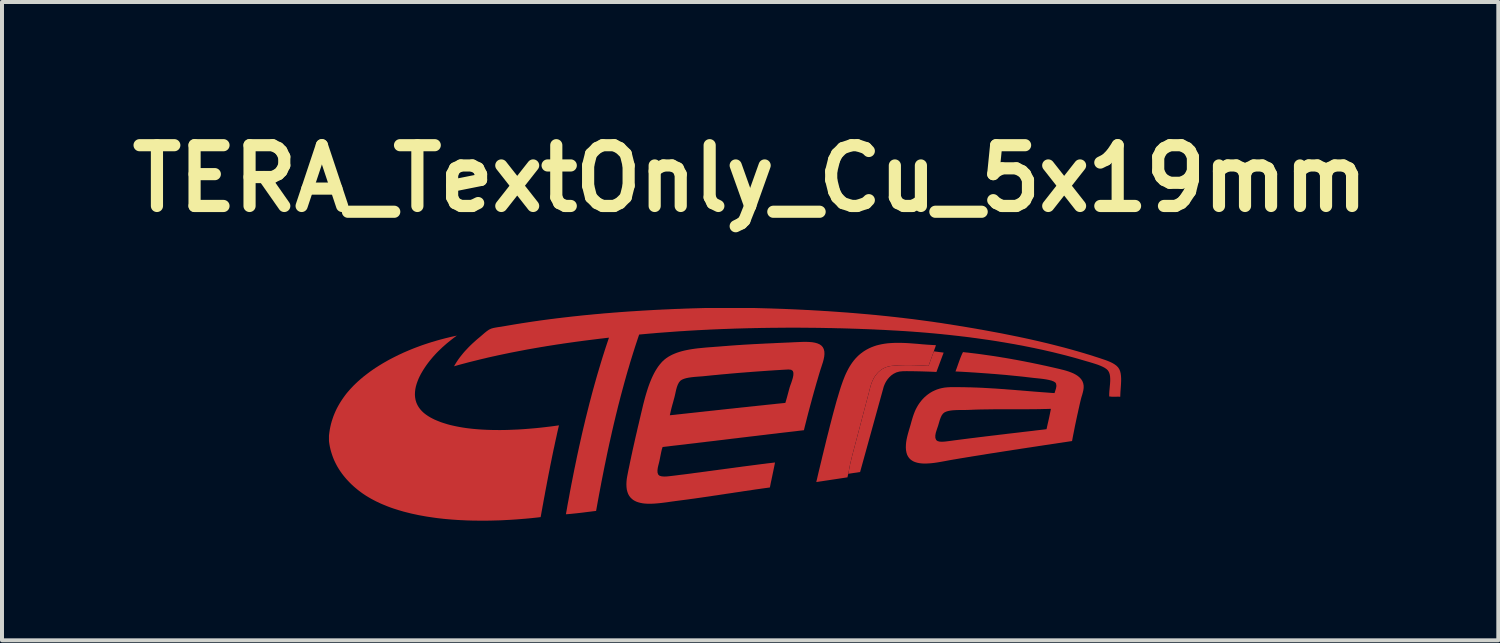
<source format=kicad_pcb>
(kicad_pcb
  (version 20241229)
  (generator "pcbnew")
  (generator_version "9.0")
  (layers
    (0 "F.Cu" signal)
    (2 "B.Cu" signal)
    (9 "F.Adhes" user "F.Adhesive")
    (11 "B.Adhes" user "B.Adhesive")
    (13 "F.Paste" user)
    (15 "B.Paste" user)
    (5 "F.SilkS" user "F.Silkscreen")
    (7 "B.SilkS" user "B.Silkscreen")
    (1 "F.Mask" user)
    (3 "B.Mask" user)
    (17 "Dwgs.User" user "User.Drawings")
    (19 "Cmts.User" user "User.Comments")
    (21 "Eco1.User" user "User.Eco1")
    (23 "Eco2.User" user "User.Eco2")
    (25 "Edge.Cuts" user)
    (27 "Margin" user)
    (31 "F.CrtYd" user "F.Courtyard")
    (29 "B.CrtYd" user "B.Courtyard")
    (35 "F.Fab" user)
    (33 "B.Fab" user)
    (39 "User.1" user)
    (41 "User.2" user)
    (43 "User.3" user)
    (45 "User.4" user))
  (footprint "TERA_TextOnly_Cu_5x19mm"
    (layer "F.Cu")
    (at 15.763 7.298)
    (property "Reference" "TERA_TextOnly_Cu_5x19mm" (at 0 -5.872 0) (layer "F.SilkS") (effects (font (size 1.524 1.524) (thickness 0.305))))
    (attr smd)
    (fp_poly (pts (xy 2.506 1.296) (xy 2.556 1.088) (xy 2.981 -0.518) (xy 2.986 -0.541) (xy 3.001 -0.598) (xy 3.022 -0.676) (xy 3.03 -0.7) (xy 3.041 -0.733) (xy 3.056 -0.772) (xy 3.076 -0.817) (xy 3.1 -0.865) (xy 3.131 -0.915) (xy 3.168 -0.964) (xy 3.211 -1.013) (xy 3.262 -1.058) (xy 3.321 -1.098) (xy 3.388 -1.132) (xy 3.463 -1.157) (xy 3.549 -1.173) (xy 3.634 -1.18) (xy 3.722 -1.186) (xy 3.812 -1.189) (xy 3.902 -1.191) (xy 3.991 -1.191) (xy 4.076 -1.19) (xy 4.157 -1.188) (xy 4.232 -1.186) (xy 4.299 -1.183) (xy 4.358 -1.18) (xy 4.406 -1.177) (xy 4.442 -1.175) (xy 4.465 -1.173) (xy 4.473 -1.172) (xy 4.606 -1.537) (xy 4.852 -1.505) (xy 4.671 -1.02) (xy 4.662 -1.02) (xy 4.635 -1.022) (xy 4.593 -1.024) (xy 4.537 -1.026) (xy 4.47 -1.029) (xy 4.393 -1.031) (xy 4.308 -1.034) (xy 4.217 -1.036) (xy 4.122 -1.038) (xy 4.025 -1.039) (xy 3.928 -1.04) (xy 3.832 -1.039) (xy 3.743 -1.03) (xy 3.665 -1.008) (xy 3.598 -0.975) (xy 3.539 -0.934) (xy 3.49 -0.888) (xy 3.448 -0.839) (xy 3.415 -0.791) (xy 3.389 -0.745) (xy 3.37 -0.704) (xy 3.357 -0.672) (xy 3.349 -0.651) (xy 3.347 -0.643) (xy 2.757 1.489) (xy 2.46 1.534) (xy 2.506 1.296) (xy 2.506 1.296)) (stroke (width 0) (type solid)) (fill yes) (layer "F.Cu"))
    (fp_poly (pts (xy 2.44 1.623) (xy 1.658 1.741) (xy 1.659 1.737) (xy 1.662 1.725) (xy 1.666 1.705) (xy 1.673 1.678) (xy 1.681 1.644) (xy 1.69 1.603) (xy 1.701 1.557) (xy 1.713 1.505) (xy 1.727 1.447) (xy 1.742 1.385) (xy 1.758 1.318) (xy 1.775 1.248) (xy 1.793 1.174) (xy 1.811 1.096) (xy 1.831 1.016) (xy 1.851 0.933) (xy 1.872 0.849) (xy 1.893 0.762) (xy 1.914 0.675) (xy 1.936 0.587) (xy 1.959 0.498) (xy 1.981 0.41) (xy 2.003 0.321) (xy 2.026 0.234) (xy 2.048 0.148) (xy 2.07 0.063) (xy 2.092 -0.019) (xy 2.114 -0.099) (xy 2.135 -0.176) (xy 2.155 -0.25) (xy 2.175 -0.32) (xy 2.195 -0.386) (xy 2.216 -0.457) (xy 2.237 -0.526) (xy 2.258 -0.595) (xy 2.28 -0.663) (xy 2.303 -0.729) (xy 2.326 -0.794) (xy 2.351 -0.858) (xy 2.376 -0.921) (xy 2.403 -0.982) (xy 2.432 -1.041) (xy 2.462 -1.099) (xy 2.494 -1.155) (xy 2.528 -1.209) (xy 2.564 -1.261) (xy 2.602 -1.311) (xy 2.642 -1.358) (xy 2.684 -1.402) (xy 2.728 -1.444) (xy 2.775 -1.483) (xy 2.824 -1.52) (xy 2.875 -1.554) (xy 2.928 -1.585) (xy 2.984 -1.614) (xy 3.042 -1.64) (xy 3.102 -1.663) (xy 3.165 -1.684) (xy 3.231 -1.701) (xy 3.299 -1.716) (xy 3.37 -1.728) (xy 3.444 -1.738) (xy 3.52 -1.744) (xy 3.59 -1.748) (xy 3.66 -1.75) (xy 3.728 -1.75) (xy 3.797 -1.749) (xy 3.864 -1.747) (xy 3.931 -1.744) (xy 3.998 -1.74) (xy 4.064 -1.735) (xy 4.13 -1.73) (xy 4.196 -1.725) (xy 4.262 -1.719) (xy 4.328 -1.713) (xy 4.393 -1.708) (xy 4.459 -1.703) (xy 4.525 -1.699) (xy 4.592 -1.695) (xy 4.658 -1.692) (xy 4.642 -1.64) (xy 4.623 -1.59) (xy 4.606 -1.537) (xy 4.473 -1.172) (xy 4.465 -1.173) (xy 4.442 -1.175) (xy 4.406 -1.177) (xy 4.358 -1.18) (xy 4.299 -1.183) (xy 4.232 -1.186) (xy 4.157 -1.188) (xy 4.076 -1.19) (xy 3.991 -1.191) (xy 3.902 -1.191) (xy 3.812 -1.189) (xy 3.722 -1.186) (xy 3.634 -1.18) (xy 3.549 -1.173) (xy 3.463 -1.157) (xy 3.388 -1.132) (xy 3.321 -1.098) (xy 3.262 -1.058) (xy 3.211 -1.013) (xy 3.168 -0.964) (xy 3.131 -0.915) (xy 3.1 -0.865) (xy 3.076 -0.817) (xy 3.056 -0.772) (xy 3.041 -0.733) (xy 3.03 -0.7) (xy 3.022 -0.676) (xy 3.001 -0.598) (xy 2.986 -0.541) (xy 2.981 -0.518) (xy 2.556 1.088) (xy 2.506 1.296) (xy 2.46 1.534) (xy 2.447 1.589) (xy 2.44 1.623) (xy 2.44 1.623)) (stroke (width 0) (type solid)) (fill yes) (layer "F.Cu"))
    (fp_poly (pts (xy -4.795 0.319) (xy -4.811 0.385) (xy -4.826 0.451) (xy -4.841 0.517) (xy -4.855 0.583) (xy -4.87 0.65) (xy -4.885 0.716) (xy -4.899 0.783) (xy -4.913 0.85) (xy -4.928 0.917) (xy -4.942 0.984) (xy -4.956 1.052) (xy -4.97 1.119) (xy -4.983 1.186) (xy -4.997 1.254) (xy -5.011 1.321) (xy -5.024 1.389) (xy -5.037 1.457) (xy -5.051 1.525) (xy -5.064 1.593) (xy -5.077 1.661) (xy -5.09 1.729) (xy -5.103 1.797) (xy -5.116 1.866) (xy -5.129 1.934) (xy -5.142 2.002) (xy -5.154 2.071) (xy -5.167 2.139) (xy -5.18 2.208) (xy -5.192 2.277) (xy -5.205 2.345) (xy -5.217 2.414) (xy -5.23 2.483) (xy -5.242 2.552) (xy -5.255 2.62) (xy -5.328 2.629) (xy -5.402 2.637) (xy -5.476 2.645) (xy -5.55 2.652) (xy -5.625 2.659) (xy -5.699 2.665) (xy -5.774 2.671) (xy -5.849 2.677) (xy -5.923 2.682) (xy -5.998 2.687) (xy -6.073 2.691) (xy -6.148 2.695) (xy -6.223 2.699) (xy -6.298 2.702) (xy -6.373 2.704) (xy -6.447 2.706) (xy -6.522 2.708) (xy -6.597 2.709) (xy -6.671 2.71) (xy -6.746 2.71) (xy -6.82 2.709) (xy -6.894 2.708) (xy -6.968 2.707) (xy -7.041 2.705) (xy -7.115 2.703) (xy -7.188 2.699) (xy -7.26 2.696) (xy -7.333 2.692) (xy -7.405 2.687) (xy -7.477 2.682) (xy -7.549 2.676) (xy -7.62 2.67) (xy -7.691 2.663) (xy -7.761 2.655) (xy -7.831 2.647) (xy -7.9 2.638) (xy -7.969 2.628) (xy -8.038 2.618) (xy -8.106 2.608) (xy -8.173 2.596) (xy -8.24 2.584) (xy -8.307 2.572) (xy -8.372 2.558) (xy -8.438 2.544) (xy -8.502 2.53) (xy -8.566 2.514) (xy -8.629 2.498) (xy -8.692 2.482) (xy -8.754 2.464) (xy -8.815 2.446) (xy -8.875 2.427) (xy -8.935 2.408) (xy -8.994 2.388) (xy -9.052 2.367) (xy -9.109 2.345) (xy -9.165 2.322) (xy -9.221 2.299) (xy -9.276 2.275) (xy -9.329 2.25) (xy -9.382 2.225) (xy -9.434 2.198) (xy -9.485 2.171) (xy -9.535 2.143) (xy -9.584 2.114) (xy -9.632 2.085) (xy -9.679 2.054) (xy -9.725 2.023) (xy -9.769 1.991) (xy -9.813 1.958) (xy -9.856 1.924) (xy -9.897 1.89) (xy -9.944 1.849) (xy -9.99 1.807) (xy -10.035 1.763) (xy -10.078 1.718) (xy -10.121 1.672) (xy -10.162 1.624) (xy -10.202 1.575) (xy -10.241 1.524) (xy -10.278 1.472) (xy -10.313 1.418) (xy -10.347 1.363) (xy -10.378 1.306) (xy -10.408 1.247) (xy -10.436 1.187) (xy -10.461 1.125) (xy -10.484 1.061) (xy -10.505 0.995) (xy -10.524 0.928) (xy -10.54 0.858) (xy -10.553 0.787) (xy -10.563 0.713) (xy -10.563 0.577) (xy -10.554 0.502) (xy -10.543 0.429) (xy -10.529 0.357) (xy -10.513 0.287) (xy -10.494 0.218) (xy -10.472 0.151) (xy -10.449 0.085) (xy -10.423 0.021) (xy -10.396 -0.042) (xy -10.366 -0.104) (xy -10.334 -0.164) (xy -10.301 -0.222) (xy -10.266 -0.279) (xy -10.229 -0.335) (xy -10.191 -0.39) (xy -10.152 -0.443) (xy -10.111 -0.495) (xy -10.068 -0.545) (xy -10.025 -0.594) (xy -9.98 -0.642) (xy -9.935 -0.689) (xy -9.888 -0.734) (xy -9.841 -0.778) (xy -9.793 -0.821) (xy -9.744 -0.863) (xy -9.695 -0.904) (xy -9.645 -0.943) (xy -9.595 -0.981) (xy -9.545 -1.019) (xy -9.494 -1.055) (xy -9.444 -1.09) (xy -9.393 -1.124) (xy -9.338 -1.159) (xy -9.283 -1.194) (xy -9.227 -1.228) (xy -9.17 -1.261) (xy -9.113 -1.294) (xy -9.055 -1.326) (xy -8.996 -1.357) (xy -8.936 -1.388) (xy -8.876 -1.418) (xy -8.816 -1.448) (xy -8.754 -1.476) (xy -8.693 -1.505) (xy -8.63 -1.532) (xy -8.567 -1.559) (xy -8.504 -1.585) (xy -8.44 -1.611) (xy -8.375 -1.636) (xy -8.31 -1.66) (xy -8.245 -1.684) (xy -8.179 -1.707) (xy -8.112 -1.729) (xy -8.045 -1.751) (xy -7.978 -1.772) (xy -7.91 -1.792) (xy -7.842 -1.812) (xy -7.774 -1.831) (xy -7.705 -1.849) (xy -7.636 -1.867) (xy -7.566 -1.884) (xy -7.497 -1.901) (xy -7.427 -1.916) (xy -7.356 -1.932) (xy -7.409 -1.893) (xy -7.462 -1.853) (xy -7.514 -1.812) (xy -7.566 -1.77) (xy -7.617 -1.728) (xy -7.667 -1.684) (xy -7.717 -1.64) (xy -7.765 -1.594) (xy -7.813 -1.548) (xy -7.86 -1.501) (xy -7.906 -1.452) (xy -7.951 -1.402) (xy -7.994 -1.351) (xy -8.037 -1.299) (xy -8.078 -1.246) (xy -8.118 -1.192) (xy -8.156 -1.136) (xy -8.193 -1.079) (xy -8.229 -1.02) (xy -8.259 -0.967) (xy -8.288 -0.911) (xy -8.316 -0.851) (xy -8.341 -0.789) (xy -8.364 -0.724) (xy -8.383 -0.658) (xy -8.397 -0.59) (xy -8.405 -0.521) (xy -8.408 -0.452) (xy -8.403 -0.384) (xy -8.391 -0.315) (xy -8.371 -0.251) (xy -8.345 -0.191) (xy -8.312 -0.136) (xy -8.274 -0.084) (xy -8.232 -0.037) (xy -8.185 0.007) (xy -8.134 0.047) (xy -8.08 0.085) (xy -8.023 0.119) (xy -7.964 0.15) (xy -7.914 0.175) (xy -7.862 0.197) (xy -7.808 0.219) (xy -7.754 0.24) (xy -7.697 0.259) (xy -7.639 0.277) (xy -7.58 0.295) (xy -7.52 0.311) (xy -7.459 0.325) (xy -7.396 0.339) (xy -7.332 0.352) (xy -7.267 0.364) (xy -7.201 0.375) (xy -7.135 0.385) (xy -7.067 0.394) (xy -6.999 0.402) (xy -6.929 0.409) (xy -6.86 0.415) (xy -6.789 0.421) (xy -6.718 0.425) (xy -6.646 0.429) (xy -6.574 0.432) (xy -6.502 0.434) (xy -6.429 0.436) (xy -6.356 0.436) (xy -6.283 0.437) (xy -6.209 0.436) (xy -6.136 0.435) (xy -6.062 0.433) (xy -5.989 0.43) (xy -5.915 0.427) (xy -5.842 0.424) (xy -5.768 0.42) (xy -5.695 0.415) (xy -5.623 0.41) (xy -5.55 0.404) (xy -5.479 0.398) (xy -5.407 0.392) (xy -5.336 0.385) (xy -5.266 0.378) (xy -5.196 0.37) (xy -5.127 0.362) (xy -5.059 0.354) (xy -4.992 0.346) (xy -4.925 0.337) (xy -4.86 0.328) (xy -4.795 0.319)) (stroke (width 0) (type solid)) (fill yes) (layer "F.Cu"))
    (fp_poly (pts (xy 8.363 -0.677) (xy 7.432 0.415) (xy 7.446 0.352) (xy 7.46 0.289) (xy 7.475 0.225) (xy 7.489 0.162) (xy 7.503 0.098) (xy 7.516 0.034) (xy 7.529 -0.03) (xy 7.542 -0.095) (xy 7.476 -0.093) (xy 7.409 -0.091) (xy 7.341 -0.09) (xy 7.273 -0.088) (xy 7.204 -0.087) (xy 7.135 -0.086) (xy 7.065 -0.086) (xy 6.995 -0.085) (xy 6.925 -0.085) (xy 6.854 -0.085) (xy 6.783 -0.085) (xy 6.711 -0.085) (xy 6.64 -0.085) (xy 6.568 -0.085) (xy 6.496 -0.085) (xy 6.424 -0.085) (xy 6.352 -0.085) (xy 6.279 -0.084) (xy 6.207 -0.084) (xy 6.135 -0.084) (xy 6.064 -0.083) (xy 5.992 -0.082) (xy 5.92 -0.081) (xy 5.849 -0.08) (xy 5.778 -0.079) (xy 5.708 -0.077) (xy 5.638 -0.075) (xy 5.568 -0.072) (xy 5.499 -0.069) (xy 5.429 -0.067) (xy 5.358 -0.066) (xy 5.288 -0.066) (xy 5.218 -0.065) (xy 5.151 -0.063) (xy 5.086 -0.059) (xy 5.025 -0.052) (xy 4.968 -0.041) (xy 4.917 -0.026) (xy 4.872 -0.005) (xy 4.834 0.027) (xy 4.802 0.072) (xy 4.776 0.128) (xy 4.754 0.189) (xy 4.735 0.254) (xy 4.716 0.319) (xy 4.698 0.373) (xy 4.676 0.437) (xy 4.655 0.506) (xy 4.643 0.573) (xy 4.644 0.635) (xy 4.665 0.687) (xy 4.699 0.713) (xy 4.749 0.727) (xy 4.808 0.73) (xy 4.872 0.727) (xy 4.933 0.72) (xy 4.988 0.713) (xy 5.059 0.704) (xy 5.129 0.694) (xy 5.2 0.685) (xy 5.27 0.676) (xy 5.34 0.667) (xy 5.411 0.658) (xy 5.481 0.649) (xy 5.551 0.64) (xy 5.621 0.632) (xy 5.691 0.623) (xy 5.761 0.614) (xy 5.831 0.606) (xy 5.901 0.597) (xy 5.971 0.589) (xy 6.041 0.58) (xy 6.111 0.572) (xy 6.18 0.564) (xy 6.25 0.555) (xy 6.32 0.547) (xy 6.389 0.539) (xy 6.459 0.53) (xy 6.529 0.522) (xy 6.598 0.514) (xy 6.668 0.506) (xy 6.737 0.498) (xy 6.807 0.489) (xy 6.876 0.481) (xy 6.946 0.473) (xy 7.015 0.465) (xy 7.085 0.457) (xy 7.154 0.448) (xy 7.224 0.44) (xy 7.293 0.432) (xy 7.363 0.424) (xy 7.432 0.415) (xy 7.432 0.415) (xy 8.363 -0.677) (xy 8.363 -0.619) (xy 8.355 -0.56) (xy 8.341 -0.501) (xy 8.325 -0.443) (xy 8.307 -0.385) (xy 8.292 -0.328) (xy 8.277 -0.265) (xy 8.262 -0.201) (xy 8.248 -0.137) (xy 8.233 -0.072) (xy 8.219 -0.006) (xy 8.204 0.059) (xy 8.19 0.125) (xy 8.176 0.191) (xy 8.162 0.257) (xy 8.148 0.323) (xy 8.135 0.389) (xy 8.122 0.455) (xy 8.109 0.52) (xy 8.096 0.585) (xy 8.084 0.649) (xy 8.072 0.713) (xy 8.002 0.723) (xy 7.932 0.734) (xy 7.863 0.744) (xy 7.793 0.755) (xy 7.723 0.765) (xy 7.654 0.776) (xy 7.584 0.786) (xy 7.515 0.797) (xy 7.446 0.807) (xy 7.376 0.817) (xy 7.307 0.828) (xy 7.238 0.838) (xy 7.169 0.849) (xy 7.1 0.859) (xy 7.031 0.87) (xy 6.961 0.88) (xy 6.892 0.891) (xy 6.823 0.901) (xy 6.754 0.912) (xy 6.685 0.923) (xy 6.616 0.933) (xy 6.547 0.944) (xy 6.478 0.955) (xy 6.409 0.965) (xy 6.34 0.976) (xy 6.271 0.987) (xy 6.201 0.998) (xy 6.132 1.009) (xy 6.063 1.019) (xy 5.993 1.03) (xy 5.924 1.041) (xy 5.855 1.053) (xy 5.785 1.064) (xy 5.715 1.075) (xy 5.646 1.086) (xy 5.576 1.097) (xy 5.506 1.109) (xy 5.436 1.12) (xy 5.366 1.132) (xy 5.296 1.143) (xy 5.226 1.155) (xy 5.155 1.167) (xy 5.085 1.179) (xy 5.032 1.188) (xy 4.977 1.198) (xy 4.919 1.209) (xy 4.859 1.22) (xy 4.798 1.231) (xy 4.736 1.242) (xy 4.673 1.252) (xy 4.61 1.261) (xy 4.548 1.268) (xy 4.485 1.273) (xy 4.424 1.276) (xy 4.364 1.277) (xy 4.306 1.274) (xy 4.251 1.268) (xy 4.198 1.258) (xy 4.148 1.244) (xy 4.101 1.226) (xy 4.059 1.202) (xy 4.02 1.174) (xy 3.987 1.14) (xy 3.958 1.099) (xy 3.935 1.053) (xy 3.919 1) (xy 3.908 0.939) (xy 3.904 0.873) (xy 3.906 0.806) (xy 3.912 0.739) (xy 3.923 0.673) (xy 3.937 0.608) (xy 3.953 0.544) (xy 3.97 0.482) (xy 3.988 0.421) (xy 4.005 0.364) (xy 4.025 0.296) (xy 4.043 0.229) (xy 4.062 0.165) (xy 4.081 0.102) (xy 4.102 0.041) (xy 4.125 -0.019) (xy 4.15 -0.077) (xy 4.18 -0.134) (xy 4.212 -0.189) (xy 4.247 -0.241) (xy 4.285 -0.291) (xy 4.325 -0.338) (xy 4.368 -0.382) (xy 4.414 -0.423) (xy 4.462 -0.461) (xy 4.513 -0.496) (xy 4.567 -0.528) (xy 4.624 -0.555) (xy 4.683 -0.58) (xy 4.745 -0.6) (xy 4.81 -0.616) (xy 4.877 -0.628) (xy 4.947 -0.635) (xy 5.02 -0.639) (xy 5.094 -0.639) (xy 5.168 -0.639) (xy 5.242 -0.639) (xy 5.315 -0.638) (xy 5.387 -0.637) (xy 5.46 -0.635) (xy 5.531 -0.634) (xy 5.603 -0.631) (xy 5.674 -0.629) (xy 5.744 -0.626) (xy 5.815 -0.623) (xy 5.884 -0.619) (xy 5.954 -0.615) (xy 6.023 -0.611) (xy 6.092 -0.607) (xy 6.161 -0.603) (xy 6.23 -0.598) (xy 6.298 -0.593) (xy 6.366 -0.589) (xy 6.434 -0.583) (xy 6.501 -0.578) (xy 6.569 -0.573) (xy 6.636 -0.568) (xy 6.703 -0.562) (xy 6.77 -0.557) (xy 6.837 -0.551) (xy 6.903 -0.546) (xy 6.97 -0.54) (xy 7.036 -0.535) (xy 7.103 -0.529) (xy 7.169 -0.524) (xy 7.235 -0.519) (xy 7.301 -0.514) (xy 7.368 -0.509) (xy 7.434 -0.504) (xy 7.5 -0.499) (xy 7.566 -0.494) (xy 7.633 -0.49) (xy 7.65 -0.544) (xy 7.669 -0.605) (xy 7.68 -0.668) (xy 7.671 -0.729) (xy 7.65 -0.758) (xy 7.61 -0.782) (xy 7.557 -0.803) (xy 7.494 -0.819) (xy 7.424 -0.833) (xy 7.351 -0.844) (xy 7.279 -0.853) (xy 7.211 -0.86) (xy 7.151 -0.866) (xy 7.102 -0.871) (xy 7.035 -0.879) (xy 6.967 -0.887) (xy 6.898 -0.895) (xy 6.829 -0.903) (xy 6.76 -0.91) (xy 6.691 -0.917) (xy 6.621 -0.924) (xy 6.551 -0.931) (xy 6.481 -0.938) (xy 6.411 -0.945) (xy 6.34 -0.951) (xy 6.27 -0.957) (xy 6.199 -0.963) (xy 6.128 -0.969) (xy 6.057 -0.974) (xy 5.987 -0.98) (xy 5.916 -0.985) (xy 5.845 -0.99) (xy 5.775 -0.995) (xy 5.704 -1) (xy 5.634 -1.005) (xy 5.564 -1.009) (xy 5.494 -1.014) (xy 5.424 -1.018) (xy 5.355 -1.022) (xy 5.286 -1.026) (xy 5.218 -1.029) (xy 5.149 -1.033) (xy 5.172 -1.094) (xy 5.195 -1.158) (xy 5.218 -1.224) (xy 5.242 -1.29) (xy 5.265 -1.354) (xy 5.289 -1.414) (xy 5.313 -1.47) (xy 5.337 -1.518) (xy 5.407 -1.51) (xy 5.478 -1.503) (xy 5.548 -1.494) (xy 5.618 -1.486) (xy 5.689 -1.477) (xy 5.759 -1.468) (xy 5.829 -1.458) (xy 5.899 -1.448) (xy 5.97 -1.438) (xy 6.04 -1.428) (xy 6.11 -1.418) (xy 6.18 -1.407) (xy 6.25 -1.396) (xy 6.319 -1.384) (xy 6.389 -1.373) (xy 6.459 -1.361) (xy 6.528 -1.349) (xy 6.597 -1.336) (xy 6.667 -1.324) (xy 6.736 -1.311) (xy 6.804 -1.298) (xy 6.873 -1.285) (xy 6.941 -1.271) (xy 7.01 -1.258) (xy 7.078 -1.244) (xy 7.145 -1.23) (xy 7.213 -1.216) (xy 7.28 -1.202) (xy 7.347 -1.187) (xy 7.414 -1.173) (xy 7.48 -1.158) (xy 7.546 -1.143) (xy 7.612 -1.128) (xy 7.677 -1.113) (xy 7.743 -1.098) (xy 7.802 -1.083) (xy 7.864 -1.068) (xy 7.927 -1.05) (xy 7.99 -1.03) (xy 8.051 -1.007) (xy 8.11 -0.982) (xy 8.166 -0.952) (xy 8.217 -0.919) (xy 8.262 -0.881) (xy 8.3 -0.839) (xy 8.331 -0.791) (xy 8.352 -0.737) (xy 8.363 -0.677)) (stroke (width 0) (type solid)) (fill yes) (layer "F.Cu"))
    (fp_poly (pts (xy 1.845 -1.595) (xy 0.992 -0.639) (xy 1.006 -0.68) (xy 1.027 -0.737) (xy 1.049 -0.803) (xy 1.07 -0.873) (xy 1.083 -0.94) (xy 1.084 -1) (xy 1.069 -1.046) (xy 1.027 -1.075) (xy 0.961 -1.082) (xy 0.882 -1.078) (xy 0.815 -1.074) (xy 0.748 -1.07) (xy 0.68 -1.066) (xy 0.612 -1.062) (xy 0.543 -1.057) (xy 0.474 -1.053) (xy 0.405 -1.048) (xy 0.335 -1.043) (xy 0.265 -1.038) (xy 0.195 -1.033) (xy 0.125 -1.028) (xy 0.055 -1.023) (xy -0.016 -1.017) (xy -0.086 -1.012) (xy -0.157 -1.006) (xy -0.228 -1.001) (xy -0.299 -0.995) (xy -0.369 -0.989) (xy -0.44 -0.983) (xy -0.51 -0.977) (xy -0.581 -0.97) (xy -0.651 -0.964) (xy -0.721 -0.958) (xy -0.791 -0.951) (xy -0.86 -0.944) (xy -0.93 -0.938) (xy -0.999 -0.931) (xy -1.067 -0.924) (xy -1.136 -0.917) (xy -1.196 -0.911) (xy -1.262 -0.906) (xy -1.332 -0.901) (xy -1.403 -0.895) (xy -1.474 -0.887) (xy -1.543 -0.877) (xy -1.606 -0.864) (xy -1.663 -0.847) (xy -1.712 -0.826) (xy -1.75 -0.8) (xy -1.786 -0.757) (xy -1.815 -0.702) (xy -1.838 -0.64) (xy -1.856 -0.575) (xy -1.871 -0.508) (xy -1.885 -0.444) (xy -1.899 -0.386) (xy -1.917 -0.32) (xy -1.934 -0.256) (xy -1.952 -0.194) (xy -1.969 -0.131) (xy -1.985 -0.067) (xy -2 -0.002) (xy -2.015 0.066) (xy -1.946 0.059) (xy -1.877 0.052) (xy -1.808 0.044) (xy -1.739 0.037) (xy -1.671 0.029) (xy -1.602 0.022) (xy -1.533 0.014) (xy -1.464 0.007) (xy -1.395 -0.001) (xy -1.326 -0.008) (xy -1.257 -0.016) (xy -1.188 -0.023) (xy -1.12 -0.031) (xy -1.051 -0.038) (xy -0.982 -0.046) (xy -0.913 -0.053) (xy -0.844 -0.061) (xy -0.775 -0.068) (xy -0.706 -0.076) (xy -0.637 -0.083) (xy -0.568 -0.091) (xy -0.499 -0.098) (xy -0.43 -0.105) (xy -0.361 -0.113) (xy -0.292 -0.12) (xy -0.223 -0.128) (xy -0.154 -0.135) (xy -0.085 -0.142) (xy -0.016 -0.15) (xy 0.053 -0.157) (xy 0.122 -0.164) (xy 0.191 -0.172) (xy 0.26 -0.179) (xy 0.329 -0.186) (xy 0.398 -0.194) (xy 0.467 -0.201) (xy 0.536 -0.208) (xy 0.605 -0.215) (xy 0.674 -0.223) (xy 0.744 -0.23) (xy 0.813 -0.237) (xy 0.882 -0.244) (xy 0.902 -0.31) (xy 0.92 -0.373) (xy 0.937 -0.436) (xy 0.954 -0.499) (xy 0.972 -0.566) (xy 0.992 -0.639) (xy 1.845 -1.595) (xy 1.86 -1.534) (xy 1.863 -1.469) (xy 1.856 -1.401) (xy 1.842 -1.332) (xy 1.824 -1.264) (xy 1.802 -1.197) (xy 1.781 -1.132) (xy 1.761 -1.072) (xy 1.742 -1.009) (xy 1.723 -0.946) (xy 1.704 -0.881) (xy 1.685 -0.815) (xy 1.665 -0.749) (xy 1.646 -0.682) (xy 1.627 -0.614) (xy 1.607 -0.546) (xy 1.588 -0.477) (xy 1.569 -0.409) (xy 1.55 -0.34) (xy 1.532 -0.271) (xy 1.513 -0.203) (xy 1.495 -0.135) (xy 1.477 -0.067) (xy 1.459 -0.000072) (xy 1.442 0.066) (xy 1.425 0.132) (xy 1.409 0.196) (xy 1.393 0.259) (xy 1.377 0.321) (xy 1.362 0.382) (xy 1.348 0.441) (xy 1.278 0.449) (xy 1.208 0.457) (xy 1.138 0.466) (xy 1.069 0.474) (xy 0.999 0.482) (xy 0.93 0.49) (xy 0.86 0.498) (xy 0.791 0.506) (xy 0.721 0.514) (xy 0.652 0.523) (xy 0.582 0.531) (xy 0.513 0.539) (xy 0.443 0.547) (xy 0.374 0.556) (xy 0.304 0.564) (xy 0.235 0.572) (xy 0.165 0.581) (xy 0.096 0.589) (xy 0.026 0.597) (xy -0.043 0.605) (xy -0.112 0.614) (xy -0.182 0.622) (xy -0.251 0.63) (xy -0.32 0.639) (xy -0.39 0.647) (xy -0.459 0.655) (xy -0.529 0.664) (xy -0.598 0.672) (xy -0.667 0.681) (xy -0.737 0.689) (xy -0.806 0.697) (xy -0.876 0.706) (xy -0.945 0.714) (xy -1.014 0.722) (xy -1.084 0.73) (xy -1.153 0.739) (xy -1.223 0.747) (xy -1.292 0.755) (xy -1.361 0.764) (xy -1.431 0.772) (xy -1.5 0.78) (xy -1.57 0.788) (xy -1.639 0.797) (xy -1.709 0.805) (xy -1.778 0.813) (xy -1.848 0.821) (xy -1.918 0.829) (xy -1.987 0.837) (xy -2.057 0.846) (xy -2.126 0.854) (xy -2.196 0.862) (xy -2.216 0.924) (xy -2.231 0.989) (xy -2.245 1.057) (xy -2.259 1.128) (xy -2.274 1.204) (xy -2.286 1.256) (xy -2.302 1.317) (xy -2.317 1.382) (xy -2.325 1.446) (xy -2.323 1.504) (xy -2.306 1.553) (xy -2.272 1.583) (xy -2.219 1.598) (xy -2.154 1.603) (xy -2.085 1.6) (xy -2.017 1.593) (xy -1.957 1.586) (xy -1.888 1.578) (xy -1.819 1.569) (xy -1.75 1.56) (xy -1.68 1.552) (xy -1.61 1.543) (xy -1.54 1.534) (xy -1.47 1.525) (xy -1.4 1.515) (xy -1.33 1.506) (xy -1.259 1.497) (xy -1.188 1.487) (xy -1.118 1.478) (xy -1.047 1.468) (xy -0.976 1.459) (xy -0.905 1.449) (xy -0.835 1.44) (xy -0.764 1.43) (xy -0.693 1.421) (xy -0.622 1.411) (xy -0.551 1.402) (xy -0.481 1.392) (xy -0.41 1.383) (xy -0.34 1.373) (xy -0.27 1.364) (xy -0.2 1.354) (xy -0.13 1.345) (xy -0.06 1.336) (xy 0.01 1.327) (xy 0.079 1.318) (xy 0.148 1.309) (xy 0.217 1.3) (xy 0.285 1.291) (xy 0.354 1.283) (xy 0.421 1.274) (xy 0.489 1.266) (xy 0.556 1.258) (xy 0.623 1.25) (xy 0.611 1.313) (xy 0.598 1.376) (xy 0.585 1.439) (xy 0.572 1.501) (xy 0.559 1.564) (xy 0.546 1.626) (xy 0.533 1.689) (xy 0.519 1.751) (xy 0.507 1.814) (xy 0.494 1.877) (xy 0.428 1.886) (xy 0.361 1.895) (xy 0.295 1.904) (xy 0.228 1.914) (xy 0.161 1.923) (xy 0.094 1.933) (xy 0.026 1.943) (xy -0.042 1.953) (xy -0.11 1.963) (xy -0.178 1.973) (xy -0.246 1.984) (xy -0.315 1.994) (xy -0.384 2.004) (xy -0.453 2.015) (xy -0.521 2.025) (xy -0.591 2.035) (xy -0.66 2.046) (xy -0.729 2.056) (xy -0.798 2.067) (xy -0.868 2.077) (xy -0.937 2.087) (xy -1.007 2.098) (xy -1.076 2.108) (xy -1.146 2.118) (xy -1.216 2.128) (xy -1.285 2.138) (xy -1.355 2.148) (xy -1.424 2.158) (xy -1.494 2.167) (xy -1.563 2.177) (xy -1.633 2.186) (xy -1.702 2.195) (xy -1.771 2.204) (xy -1.84 2.213) (xy -1.899 2.221) (xy -1.959 2.229) (xy -2.02 2.238) (xy -2.082 2.247) (xy -2.145 2.255) (xy -2.209 2.263) (xy -2.272 2.27) (xy -2.336 2.276) (xy -2.398 2.281) (xy -2.46 2.284) (xy -2.521 2.285) (xy -2.581 2.284) (xy -2.639 2.281) (xy -2.695 2.274) (xy -2.748 2.264) (xy -2.799 2.251) (xy -2.847 2.235) (xy -2.892 2.214) (xy -2.934 2.189) (xy -2.971 2.159) (xy -3.005 2.125) (xy -3.034 2.086) (xy -3.059 2.041) (xy -3.078 1.99) (xy -3.093 1.933) (xy -3.101 1.87) (xy -3.104 1.804) (xy -3.102 1.738) (xy -3.096 1.673) (xy -3.086 1.609) (xy -3.074 1.546) (xy -3.062 1.484) (xy -3.05 1.424) (xy -3.035 1.355) (xy -3.021 1.286) (xy -3.007 1.218) (xy -2.992 1.15) (xy -2.978 1.082) (xy -2.963 1.015) (xy -2.949 0.948) (xy -2.934 0.881) (xy -2.919 0.814) (xy -2.904 0.747) (xy -2.889 0.68) (xy -2.874 0.613) (xy -2.858 0.545) (xy -2.842 0.478) (xy -2.827 0.41) (xy -2.811 0.341) (xy -2.794 0.272) (xy -2.778 0.202) (xy -2.762 0.134) (xy -2.746 0.066) (xy -2.73 -0.003) (xy -2.713 -0.072) (xy -2.697 -0.141) (xy -2.68 -0.211) (xy -2.662 -0.28) (xy -2.644 -0.349) (xy -2.625 -0.418) (xy -2.605 -0.486) (xy -2.584 -0.553) (xy -2.563 -0.619) (xy -2.54 -0.685) (xy -2.516 -0.749) (xy -2.491 -0.811) (xy -2.465 -0.873) (xy -2.437 -0.932) (xy -2.408 -0.99) (xy -2.377 -1.046) (xy -2.344 -1.099) (xy -2.31 -1.151) (xy -2.273 -1.2) (xy -2.235 -1.246) (xy -2.195 -1.289) (xy -2.152 -1.328) (xy -2.106 -1.364) (xy -2.058 -1.397) (xy -2.007 -1.426) (xy -1.953 -1.454) (xy -1.898 -1.478) (xy -1.84 -1.501) (xy -1.78 -1.521) (xy -1.719 -1.539) (xy -1.656 -1.555) (xy -1.591 -1.569) (xy -1.524 -1.582) (xy -1.457 -1.593) (xy -1.388 -1.603) (xy -1.318 -1.612) (xy -1.247 -1.619) (xy -1.176 -1.626) (xy -1.103 -1.633) (xy -1.031 -1.639) (xy -0.957 -1.644) (xy -0.884 -1.65) (xy -0.81 -1.655) (xy -0.737 -1.661) (xy -0.664 -1.667) (xy -0.594 -1.672) (xy -0.524 -1.678) (xy -0.455 -1.683) (xy -0.386 -1.688) (xy -0.317 -1.693) (xy -0.248 -1.697) (xy -0.179 -1.702) (xy -0.11 -1.706) (xy -0.041 -1.71) (xy 0.028 -1.714) (xy 0.097 -1.718) (xy 0.166 -1.721) (xy 0.235 -1.725) (xy 0.304 -1.728) (xy 0.373 -1.732) (xy 0.442 -1.735) (xy 0.511 -1.738) (xy 0.581 -1.741) (xy 0.651 -1.745) (xy 0.721 -1.748) (xy 0.791 -1.751) (xy 0.861 -1.754) (xy 0.932 -1.757) (xy 1.003 -1.76) (xy 1.074 -1.764) (xy 1.146 -1.767) (xy 1.218 -1.77) (xy 1.285 -1.773) (xy 1.355 -1.775) (xy 1.425 -1.774) (xy 1.495 -1.771) (xy 1.563 -1.765) (xy 1.627 -1.753) (xy 1.687 -1.736) (xy 1.74 -1.713) (xy 1.785 -1.682) (xy 1.82 -1.643) (xy 1.845 -1.595)) (stroke (width 0) (type solid)) (fill yes) (layer "F.Cu"))
    (fp_poly (pts (xy 9.256 -1.091) (xy 9.277 -1.041) (xy 9.291 -0.986) (xy 9.299 -0.925) (xy 9.303 -0.861) (xy 9.303 -0.794) (xy 9.3 -0.725) (xy 9.296 -0.656) (xy 9.291 -0.588) (xy 9.286 -0.522) (xy 9.283 -0.458) (xy 9.281 -0.399) (xy 9.211 -0.4) (xy 9.138 -0.398) (xy 9.068 -0.399) (xy 9.004 -0.406) (xy 9.004 -0.464) (xy 9.007 -0.527) (xy 9.013 -0.592) (xy 9.019 -0.658) (xy 9.025 -0.725) (xy 9.029 -0.79) (xy 9.029 -0.853) (xy 9.025 -0.913) (xy 9.015 -0.968) (xy 8.997 -1.017) (xy 8.971 -1.059) (xy 8.938 -1.091) (xy 8.895 -1.121) (xy 8.843 -1.149) (xy 8.785 -1.175) (xy 8.722 -1.2) (xy 8.656 -1.222) (xy 8.589 -1.243) (xy 8.524 -1.263) (xy 8.461 -1.281) (xy 8.402 -1.298) (xy 8.341 -1.316) (xy 8.279 -1.334) (xy 8.217 -1.352) (xy 8.154 -1.37) (xy 8.092 -1.387) (xy 8.029 -1.404) (xy 7.965 -1.421) (xy 7.902 -1.438) (xy 7.838 -1.454) (xy 7.774 -1.47) (xy 7.709 -1.486) (xy 7.645 -1.502) (xy 7.58 -1.518) (xy 7.514 -1.533) (xy 7.449 -1.548) (xy 7.383 -1.563) (xy 7.317 -1.578) (xy 7.251 -1.592) (xy 7.184 -1.606) (xy 7.117 -1.621) (xy 7.05 -1.634) (xy 6.983 -1.648) (xy 6.916 -1.661) (xy 6.848 -1.675) (xy 6.78 -1.688) (xy 6.712 -1.7) (xy 6.644 -1.713) (xy 6.575 -1.725) (xy 6.506 -1.737) (xy 6.437 -1.749) (xy 6.368 -1.761) (xy 6.299 -1.772) (xy 6.229 -1.784) (xy 6.16 -1.795) (xy 6.09 -1.806) (xy 6.019 -1.817) (xy 5.949 -1.827) (xy 5.879 -1.837) (xy 5.808 -1.847) (xy 5.737 -1.857) (xy 5.666 -1.867) (xy 5.595 -1.876) (xy 5.524 -1.886) (xy 5.452 -1.895) (xy 5.381 -1.904) (xy 5.309 -1.912) (xy 5.237 -1.921) (xy 5.165 -1.929) (xy 5.093 -1.937) (xy 5.021 -1.945) (xy 4.949 -1.953) (xy 4.876 -1.96) (xy 4.804 -1.968) (xy 4.731 -1.975) (xy 4.658 -1.982) (xy 4.585 -1.989) (xy 4.512 -1.995) (xy 4.439 -2.002) (xy 4.366 -2.008) (xy 4.292 -2.014) (xy 4.219 -2.02) (xy 4.146 -2.025) (xy 4.072 -2.031) (xy 3.998 -2.036) (xy 3.925 -2.041) (xy 3.851 -2.046) (xy 3.777 -2.05) (xy 3.703 -2.055) (xy 3.629 -2.059) (xy 3.555 -2.063) (xy 3.481 -2.067) (xy 3.411 -2.071) (xy 3.34 -2.075) (xy 3.269 -2.078) (xy 3.198 -2.081) (xy 3.127 -2.085) (xy 3.056 -2.088) (xy 2.984 -2.091) (xy 2.913 -2.094) (xy 2.841 -2.096) (xy 2.77 -2.099) (xy 2.698 -2.102) (xy 2.627 -2.104) (xy 2.555 -2.106) (xy 2.483 -2.109) (xy 2.411 -2.111) (xy 2.339 -2.113) (xy 2.267 -2.115) (xy 2.195 -2.116) (xy 2.123 -2.118) (xy 2.051 -2.12) (xy 1.979 -2.121) (xy 1.907 -2.122) (xy 1.835 -2.124) (xy 1.763 -2.125) (xy 1.691 -2.126) (xy 1.618 -2.127) (xy 1.546 -2.128) (xy 1.474 -2.128) (xy 1.402 -2.129) (xy 1.33 -2.129) (xy 1.257 -2.13) (xy 1.185 -2.13) (xy 1.113 -2.13) (xy 1.041 -2.13) (xy 0.969 -2.13) (xy 0.897 -2.13) (xy 0.825 -2.129) (xy 0.753 -2.129) (xy 0.681 -2.128) (xy 0.609 -2.128) (xy 0.537 -2.127) (xy 0.465 -2.126) (xy 0.393 -2.125) (xy 0.321 -2.124) (xy 0.25 -2.123) (xy 0.178 -2.121) (xy 0.107 -2.12) (xy 0.035 -2.118) (xy -0.036 -2.117) (xy -0.108 -2.115) (xy -0.179 -2.113) (xy -0.25 -2.111) (xy -0.321 -2.109) (xy -0.392 -2.107) (xy -0.463 -2.104) (xy -0.534 -2.102) (xy -0.604 -2.099) (xy -0.675 -2.097) (xy -0.745 -2.094) (xy -0.815 -2.091) (xy -0.886 -2.088) (xy -0.956 -2.085) (xy -1.026 -2.082) (xy -1.095 -2.078) (xy -1.165 -2.075) (xy -1.234 -2.071) (xy -1.304 -2.068) (xy -1.373 -2.064) (xy -1.442 -2.06) (xy -1.511 -2.056) (xy -1.58 -2.052) (xy -1.648 -2.047) (xy -1.717 -2.043) (xy -1.785 -2.039) (xy -1.853 -2.034) (xy -1.921 -2.029) (xy -1.988 -2.024) (xy -2.056 -2.019) (xy -2.123 -2.014) (xy -2.19 -2.009) (xy -2.257 -2.004) (xy -2.324 -1.999) (xy -2.39 -1.993) (xy -2.456 -1.987) (xy -2.522 -1.982) (xy -2.588 -1.976) (xy -2.654 -1.97) (xy -2.719 -1.964) (xy -2.784 -1.958) (xy -2.806 -1.894) (xy -2.827 -1.831) (xy -2.848 -1.767) (xy -2.869 -1.704) (xy -2.89 -1.64) (xy -2.91 -1.576) (xy -2.931 -1.511) (xy -2.951 -1.447) (xy -2.971 -1.382) (xy -2.991 -1.318) (xy -3.011 -1.253) (xy -3.03 -1.187) (xy -3.049 -1.122) (xy -3.069 -1.057) (xy -3.088 -0.991) (xy -3.107 -0.925) (xy -3.125 -0.859) (xy -3.144 -0.793) (xy -3.162 -0.727) (xy -3.18 -0.66) (xy -3.198 -0.594) (xy -3.216 -0.527) (xy -3.234 -0.46) (xy -3.252 -0.393) (xy -3.269 -0.326) (xy -3.286 -0.259) (xy -3.304 -0.191) (xy -3.321 -0.123) (xy -3.337 -0.056) (xy -3.354 0.012) (xy -3.371 0.08) (xy -3.387 0.149) (xy -3.404 0.217) (xy -3.42 0.285) (xy -3.436 0.354) (xy -3.452 0.423) (xy -3.468 0.492) (xy -3.483 0.561) (xy -3.499 0.63) (xy -3.514 0.699) (xy -3.53 0.768) (xy -3.545 0.838) (xy -3.56 0.907) (xy -3.575 0.977) (xy -3.59 1.047) (xy -3.604 1.117) (xy -3.619 1.187) (xy -3.633 1.257) (xy -3.648 1.327) (xy -3.662 1.398) (xy -3.676 1.468) (xy -3.69 1.539) (xy -3.704 1.609) (xy -3.718 1.68) (xy -3.732 1.751) (xy -3.745 1.822) (xy -3.759 1.893) (xy -3.772 1.964) (xy -3.786 2.036) (xy -3.799 2.107) (xy -3.812 2.178) (xy -3.825 2.25) (xy -3.838 2.322) (xy -3.851 2.393) (xy -3.864 2.465) (xy -3.932 2.473) (xy -4.001 2.482) (xy -4.071 2.49) (xy -4.141 2.499) (xy -4.211 2.508) (xy -4.281 2.516) (xy -4.351 2.524) (xy -4.42 2.531) (xy -4.488 2.538) (xy -4.555 2.544) (xy -4.621 2.549) (xy -4.608 2.477) (xy -4.595 2.405) (xy -4.583 2.333) (xy -4.57 2.262) (xy -4.556 2.19) (xy -4.543 2.118) (xy -4.53 2.047) (xy -4.517 1.975) (xy -4.503 1.904) (xy -4.49 1.833) (xy -4.476 1.762) (xy -4.462 1.691) (xy -4.448 1.62) (xy -4.434 1.549) (xy -4.42 1.479) (xy -4.406 1.408) (xy -4.391 1.338) (xy -4.377 1.268) (xy -4.362 1.197) (xy -4.348 1.127) (xy -4.333 1.057) (xy -4.318 0.988) (xy -4.303 0.918) (xy -4.288 0.848) (xy -4.272 0.779) (xy -4.257 0.71) (xy -4.241 0.64) (xy -4.226 0.571) (xy -4.21 0.502) (xy -4.194 0.434) (xy -4.178 0.365) (xy -4.161 0.296) (xy -4.145 0.228) (xy -4.129 0.16) (xy -4.112 0.092) (xy -4.095 0.024) (xy -4.078 -0.044) (xy -4.061 -0.112) (xy -4.044 -0.179) (xy -4.027 -0.247) (xy -4.009 -0.314) (xy -3.991 -0.381) (xy -3.974 -0.448) (xy -3.956 -0.515) (xy -3.938 -0.581) (xy -3.919 -0.648) (xy -3.901 -0.714) (xy -3.882 -0.78) (xy -3.864 -0.846) (xy -3.845 -0.912) (xy -3.826 -0.978) (xy -3.806 -1.044) (xy -3.787 -1.109) (xy -3.767 -1.174) (xy -3.748 -1.239) (xy -3.728 -1.304) (xy -3.708 -1.369) (xy -3.688 -1.433) (xy -3.667 -1.498) (xy -3.647 -1.562) (xy -3.626 -1.626) (xy -3.605 -1.69) (xy -3.584 -1.753) (xy -3.562 -1.817) (xy -3.541 -1.88) (xy -3.613 -1.872) (xy -3.686 -1.863) (xy -3.758 -1.855) (xy -3.83 -1.846) (xy -3.902 -1.837) (xy -3.974 -1.828) (xy -4.046 -1.819) (xy -4.117 -1.81) (xy -4.189 -1.801) (xy -4.26 -1.791) (xy -4.331 -1.782) (xy -4.402 -1.772) (xy -4.473 -1.762) (xy -4.544 -1.752) (xy -4.615 -1.742) (xy -4.685 -1.732) (xy -4.755 -1.721) (xy -4.826 -1.711) (xy -4.896 -1.7) (xy -4.965 -1.689) (xy -5.035 -1.678) (xy -5.105 -1.667) (xy -5.174 -1.655) (xy -5.243 -1.644) (xy -5.312 -1.632) (xy -5.381 -1.62) (xy -5.45 -1.608) (xy -5.519 -1.596) (xy -5.587 -1.584) (xy -5.655 -1.571) (xy -5.723 -1.558) (xy -5.791 -1.545) (xy -5.859 -1.532) (xy -5.926 -1.519) (xy -5.994 -1.506) (xy -6.061 -1.492) (xy -6.128 -1.478) (xy -6.195 -1.464) (xy -6.261 -1.45) (xy -6.328 -1.436) (xy -6.394 -1.421) (xy -6.46 -1.407) (xy -6.526 -1.392) (xy -6.592 -1.377) (xy -6.657 -1.361) (xy -6.722 -1.346) (xy -6.788 -1.33) (xy -6.852 -1.314) (xy -6.917 -1.298) (xy -6.982 -1.282) (xy -7.046 -1.266) (xy -7.11 -1.249) (xy -7.174 -1.232) (xy -7.238 -1.215) (xy -7.301 -1.198) (xy -7.364 -1.18) (xy -7.427 -1.162) (xy -7.394 -1.219) (xy -7.359 -1.275) (xy -7.322 -1.33) (xy -7.283 -1.384) (xy -7.242 -1.436) (xy -7.2 -1.488) (xy -7.156 -1.539) (xy -7.11 -1.588) (xy -7.064 -1.637) (xy -7.016 -1.685) (xy -6.968 -1.731) (xy -6.918 -1.776) (xy -6.868 -1.821) (xy -6.818 -1.864) (xy -6.767 -1.906) (xy -6.716 -1.95) (xy -6.662 -1.997) (xy -6.607 -2.041) (xy -6.551 -2.08) (xy -6.496 -2.106) (xy -6.442 -2.122) (xy -6.381 -2.134) (xy -6.316 -2.145) (xy -6.25 -2.154) (xy -6.186 -2.165) (xy -6.121 -2.176) (xy -6.057 -2.187) (xy -5.992 -2.198) (xy -5.927 -2.209) (xy -5.862 -2.22) (xy -5.797 -2.23) (xy -5.732 -2.241) (xy -5.666 -2.251) (xy -5.6 -2.261) (xy -5.534 -2.271) (xy -5.468 -2.281) (xy -5.402 -2.291) (xy -5.335 -2.3) (xy -5.269 -2.31) (xy -5.202 -2.319) (xy -5.135 -2.328) (xy -5.067 -2.337) (xy -5 -2.346) (xy -4.932 -2.354) (xy -4.865 -2.363) (xy -4.797 -2.371) (xy -4.729 -2.379) (xy -4.661 -2.387) (xy -4.592 -2.395) (xy -4.524 -2.403) (xy -4.455 -2.411) (xy -4.387 -2.418) (xy -4.318 -2.425) (xy -4.249 -2.433) (xy -4.18 -2.44) (xy -4.11 -2.447) (xy -4.041 -2.453) (xy -3.971 -2.46) (xy -3.902 -2.467) (xy -3.832 -2.473) (xy -3.762 -2.479) (xy -3.692 -2.486) (xy -3.622 -2.492) (xy -3.552 -2.497) (xy -3.481 -2.503) (xy -3.411 -2.509) (xy -3.34 -2.514) (xy -3.269 -2.52) (xy -3.199 -2.525) (xy -3.128 -2.53) (xy -3.057 -2.535) (xy -2.986 -2.54) (xy -2.915 -2.544) (xy -2.844 -2.549) (xy -2.772 -2.553) (xy -2.701 -2.558) (xy -2.629 -2.562) (xy -2.558 -2.566) (xy -2.486 -2.57) (xy -2.415 -2.574) (xy -2.343 -2.578) (xy -2.271 -2.581) (xy -2.199 -2.585) (xy -2.127 -2.588) (xy -2.055 -2.591) (xy -1.983 -2.595) (xy -1.911 -2.598) (xy -1.839 -2.601) (xy -1.767 -2.603) (xy -1.695 -2.606) (xy -1.623 -2.609) (xy -1.55 -2.611) (xy -1.478 -2.614) (xy -1.406 -2.616) (xy -1.333 -2.618) (xy -1.261 -2.62) (xy -1.188 -2.622) (xy -1.116 -2.624) (xy 0.093 -2.624) (xy 0.165 -2.622) (xy 0.238 -2.62) (xy 0.31 -2.618) (xy 0.382 -2.616) (xy 0.454 -2.614) (xy 0.526 -2.612) (xy 0.598 -2.609) (xy 0.67 -2.607) (xy 0.742 -2.604) (xy 0.813 -2.602) (xy 0.885 -2.599) (xy 0.957 -2.596) (xy 1.028 -2.593) (xy 1.099 -2.59) (xy 1.171 -2.587) (xy 1.242 -2.583) (xy 1.313 -2.58) (xy 1.385 -2.576) (xy 1.456 -2.573) (xy 1.527 -2.569) (xy 1.597 -2.565) (xy 1.668 -2.561) (xy 1.739 -2.557) (xy 1.81 -2.552) (xy 1.88 -2.548) (xy 1.951 -2.544) (xy 2.021 -2.539) (xy 2.092 -2.534) (xy 2.162 -2.529) (xy 2.232 -2.524) (xy 2.302 -2.519) (xy 2.372 -2.514) (xy 2.442 -2.509) (xy 2.512 -2.503) (xy 2.581 -2.498) (xy 2.651 -2.492) (xy 2.721 -2.486) (xy 2.79 -2.48) (xy 2.86 -2.474) (xy 2.929 -2.468) (xy 2.998 -2.462) (xy 3.067 -2.455) (xy 3.136 -2.449) (xy 3.205 -2.442) (xy 3.274 -2.435) (xy 3.342 -2.428) (xy 3.411 -2.421) (xy 3.48 -2.414) (xy 3.548 -2.406) (xy 3.616 -2.399) (xy 3.685 -2.391) (xy 3.753 -2.383) (xy 3.821 -2.376) (xy 3.889 -2.367) (xy 3.956 -2.359) (xy 4.024 -2.351) (xy 4.092 -2.343) (xy 4.159 -2.334) (xy 4.227 -2.325) (xy 4.294 -2.316) (xy 4.361 -2.307) (xy 4.428 -2.298) (xy 4.495 -2.289) (xy 4.562 -2.28) (xy 4.629 -2.27) (xy 4.695 -2.26) (xy 4.762 -2.251) (xy 4.828 -2.241) (xy 4.894 -2.23) (xy 4.961 -2.22) (xy 5.027 -2.21) (xy 5.098 -2.198) (xy 5.169 -2.187) (xy 5.24 -2.175) (xy 5.312 -2.164) (xy 5.383 -2.152) (xy 5.454 -2.14) (xy 5.525 -2.128) (xy 5.596 -2.116) (xy 5.666 -2.104) (xy 5.737 -2.091) (xy 5.808 -2.079) (xy 5.878 -2.066) (xy 5.949 -2.053) (xy 6.019 -2.04) (xy 6.089 -2.027) (xy 6.16 -2.014) (xy 6.23 -2.001) (xy 6.3 -1.988) (xy 6.369 -1.974) (xy 6.439 -1.96) (xy 6.509 -1.946) (xy 6.578 -1.932) (xy 6.647 -1.918) (xy 6.717 -1.904) (xy 6.786 -1.889) (xy 6.854 -1.875) (xy 6.923 -1.86) (xy 6.992 -1.845) (xy 7.06 -1.83) (xy 7.129 -1.814) (xy 7.197 -1.799) (xy 7.265 -1.783) (xy 7.332 -1.767) (xy 7.4 -1.751) (xy 7.467 -1.735) (xy 7.535 -1.718) (xy 7.602 -1.701) (xy 7.669 -1.684) (xy 7.735 -1.667) (xy 7.802 -1.65) (xy 7.868 -1.633) (xy 7.934 -1.615) (xy 8 -1.597) (xy 8.066 -1.579) (xy 8.131 -1.56) (xy 8.196 -1.542) (xy 8.261 -1.523) (xy 8.326 -1.504) (xy 8.39 -1.485) (xy 8.455 -1.465) (xy 8.519 -1.446) (xy 8.583 -1.426) (xy 8.646 -1.405) (xy 8.709 -1.385) (xy 8.773 -1.364) (xy 8.835 -1.343) (xy 8.898 -1.322) (xy 8.961 -1.299) (xy 9.023 -1.273) (xy 9.082 -1.245) (xy 9.136 -1.213) (xy 9.184 -1.178) (xy 9.225 -1.137) (xy 9.256 -1.091) (xy 9.256 -1.091)) (stroke (width 0) (type solid)) (fill yes) (layer "F.Cu")))
  (gr_rect
    (start -3 -3)
    (end 34.525 13.008)
    (stroke (width 0.1) (type default))
    (fill no)
    (layer "Edge.Cuts")))
</source>
